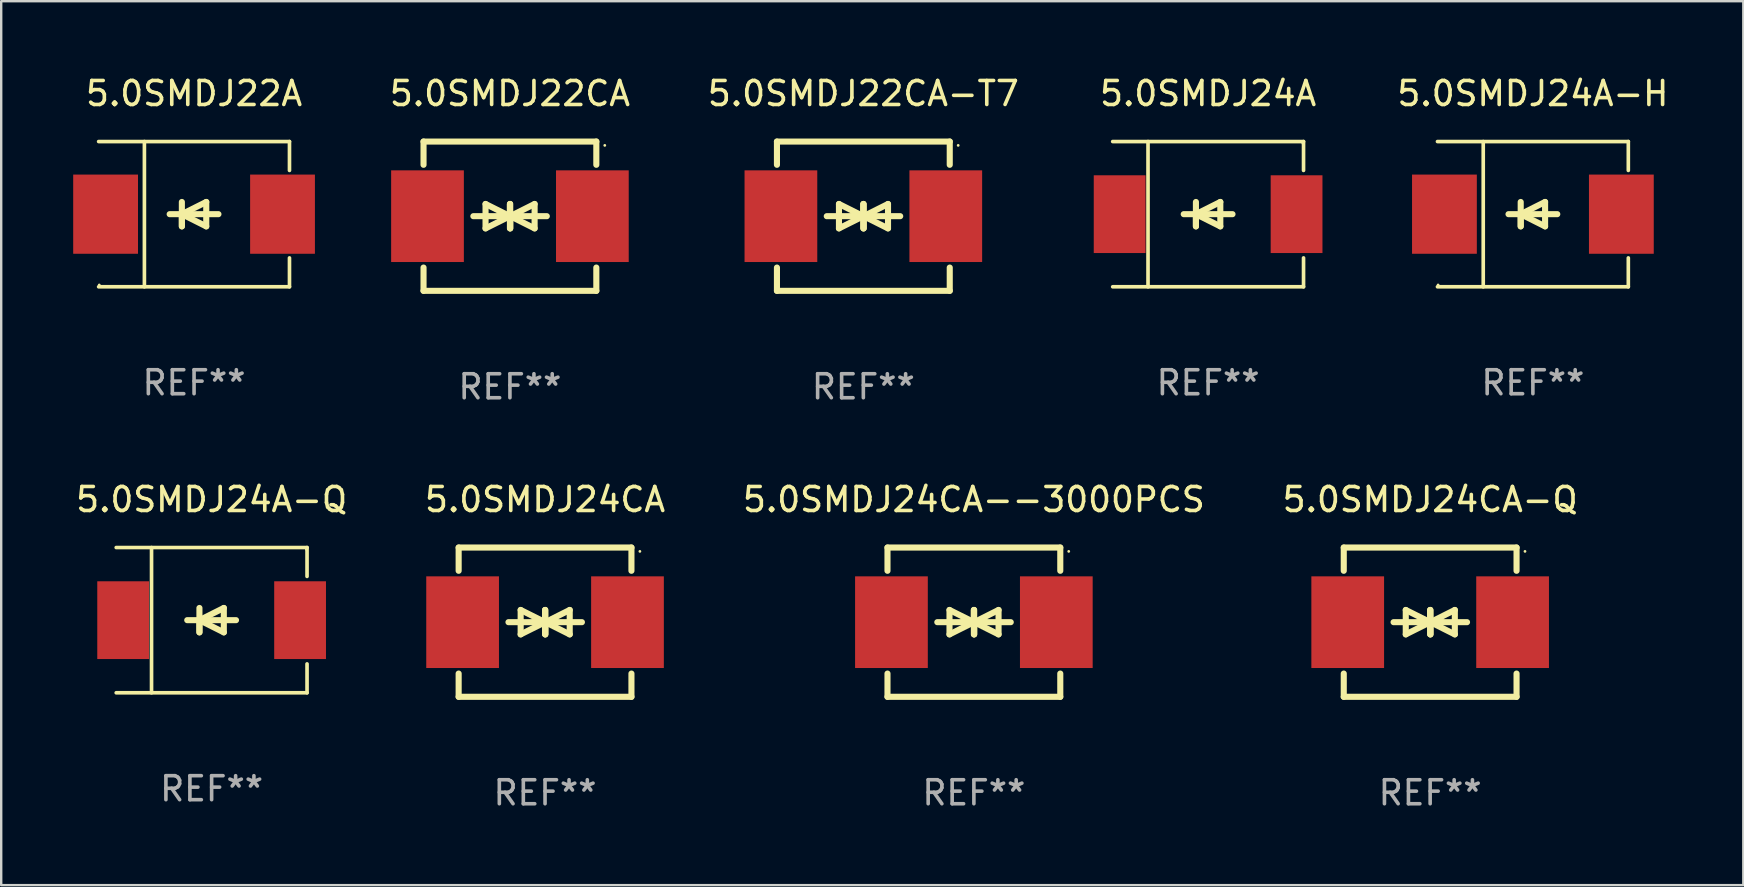
<source format=kicad_pcb>
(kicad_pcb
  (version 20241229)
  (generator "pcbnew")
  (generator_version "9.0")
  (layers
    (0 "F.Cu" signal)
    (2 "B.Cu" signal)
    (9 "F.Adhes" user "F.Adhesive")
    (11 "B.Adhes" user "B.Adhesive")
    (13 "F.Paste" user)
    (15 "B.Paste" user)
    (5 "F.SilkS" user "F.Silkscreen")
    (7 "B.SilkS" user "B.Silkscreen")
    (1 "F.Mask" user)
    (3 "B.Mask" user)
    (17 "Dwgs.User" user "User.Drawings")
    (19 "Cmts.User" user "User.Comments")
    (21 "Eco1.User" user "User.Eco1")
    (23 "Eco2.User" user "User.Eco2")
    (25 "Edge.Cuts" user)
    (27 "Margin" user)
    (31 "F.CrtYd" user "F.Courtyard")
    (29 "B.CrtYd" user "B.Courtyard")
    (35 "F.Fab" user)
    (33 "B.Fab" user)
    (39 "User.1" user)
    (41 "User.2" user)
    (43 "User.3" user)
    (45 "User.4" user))
  (footprint "5.0SMDJ24CA-Q"
    (layer "F.Cu")
    (at 56.542 22.875)
    (property "Reference" "5.0SMDJ24CA-Q" (at 0 -5.11 0) (layer "F.SilkS") (effects (font (size 1 1) (thickness 0.15))))
    (attr through_hole)
    (fp_line (start -3.6 -2.141) (end -3.6 -3.11) (stroke (width 0.254) (type solid)) (layer "F.SilkS"))
    (fp_line (start -3.6 3.11) (end -3.6 2.141) (stroke (width 0.254) (type solid)) (layer "F.SilkS"))
    (fp_line (start -1.524 0) (end 0.508 0) (stroke (width 0.254) (type solid)) (layer "F.SilkS"))
    (fp_line (start -1.016 -0.508) (end -1.016 0.508) (stroke (width 0.254) (type solid)) (layer "F.SilkS"))
    (fp_line (start -1.016 0.508) (end 0 0) (stroke (width 0.254) (type solid)) (layer "F.SilkS"))
    (fp_line (start 0 -0.508) (end 0 0.508) (stroke (width 0.254) (type solid)) (layer "F.SilkS"))
    (fp_line (start 0 0) (end -1.016 -0.508) (stroke (width 0.254) (type solid)) (layer "F.SilkS"))
    (fp_line (start 0 0) (end 0 -0.508) (stroke (width 0.254) (type solid)) (layer "F.SilkS"))
    (fp_line (start 0.012 0) (end 0.012 0.508) (stroke (width 0.254) (type solid)) (layer "F.SilkS"))
    (fp_line (start 0.012 0) (end 1.028 0.508) (stroke (width 0.254) (type solid)) (layer "F.SilkS"))
    (fp_line (start 0.012 0.508) (end 0.012 -0.508) (stroke (width 0.254) (type solid)) (layer "F.SilkS"))
    (fp_line (start 1.028 -0.508) (end 0.012 0) (stroke (width 0.254) (type solid)) (layer "F.SilkS"))
    (fp_line (start 1.028 0.508) (end 1.028 -0.508) (stroke (width 0.254) (type solid)) (layer "F.SilkS"))
    (fp_line (start 1.536 0) (end -0.496 0) (stroke (width 0.254) (type solid)) (layer "F.SilkS"))
    (fp_line (start 3.6 -3.11) (end -3.6 -3.11) (stroke (width 0.254) (type solid)) (layer "F.SilkS"))
    (fp_line (start 3.6 -2.141) (end 3.6 -3.11) (stroke (width 0.254) (type solid)) (layer "F.SilkS"))
    (fp_line (start 3.6 3.11) (end -3.6 3.11) (stroke (width 0.254) (type solid)) (layer "F.SilkS"))
    (fp_line (start 3.6 3.11) (end 3.6 2.141) (stroke (width 0.254) (type solid)) (layer "F.SilkS"))
    (fp_circle (center 3.952 -2.95) (end 3.982 -2.95) (stroke (width 0.06) (type solid)) (fill no) (layer "F.SilkS"))
    (fp_text user "REF**" (at 0 7.11 0) (layer "F.Fab") (effects (font (size 1 1) (thickness 0.15))))
    (pad "1" smd rect (at 3.435 0) (size 3.03 3.82) (layers "F.Cu" "F.Mask" "F.Paste"))
    (pad "2" smd rect (at -3.435 0) (size 3.03 3.82) (layers "F.Cu" "F.Mask" "F.Paste")))
  (footprint "5.0SMDJ24A-H"
    (layer "F.Cu")
    (at 60.823 5.874)
    (property "Reference" "5.0SMDJ24A-H" (at 0 -5.026 0) (layer "F.SilkS") (effects (font (size 1 1) (thickness 0.15))))
    (attr through_hole)
    (fp_line (start -3.976 -3.026) (end 3.976 -3.026) (stroke (width 0.152) (type solid)) (layer "F.SilkS"))
    (fp_line (start -3.976 3.026) (end 3.976 3.026) (stroke (width 0.152) (type solid)) (layer "F.SilkS"))
    (fp_line (start -2.069 -3.026) (end -2.069 3.026) (stroke (width 0.152) (type solid)) (layer "F.SilkS"))
    (fp_line (start -0.508 0) (end -0.508 0.508) (stroke (width 0.254) (type solid)) (layer "F.SilkS"))
    (fp_line (start -0.508 0) (end 0.508 0.508) (stroke (width 0.254) (type solid)) (layer "F.SilkS"))
    (fp_line (start -0.508 0.508) (end -0.508 -0.508) (stroke (width 0.254) (type solid)) (layer "F.SilkS"))
    (fp_line (start 0.508 -0.508) (end -0.508 0) (stroke (width 0.254) (type solid)) (layer "F.SilkS"))
    (fp_line (start 0.508 0.508) (end 0.508 -0.508) (stroke (width 0.254) (type solid)) (layer "F.SilkS"))
    (fp_line (start 1.016 0) (end -1.016 0) (stroke (width 0.254) (type solid)) (layer "F.SilkS"))
    (fp_line (start 3.976 -3.026) (end 3.976 -1.823) (stroke (width 0.152) (type solid)) (layer "F.SilkS"))
    (fp_line (start 3.976 3.026) (end 3.976 1.823) (stroke (width 0.152) (type solid)) (layer "F.SilkS"))
    (fp_circle (center -3.95 2.95) (end -3.92 2.95) (stroke (width 0.06) (type solid)) (fill no) (layer "F.SilkS"))
    (fp_text user "REF**" (at 0 7.026 0) (layer "F.Fab") (effects (font (size 1 1) (thickness 0.15))))
    (pad "1" smd rect (at -3.686 0) (size 2.7 3.3) (layers "F.Cu" "F.Mask" "F.Paste"))
    (pad "2" smd rect (at 3.686 0) (size 2.7 3.3) (layers "F.Cu" "F.Mask" "F.Paste")))
  (footprint "5.0SMDJ24CA--3000PCS"
    (layer "F.Cu")
    (at 37.53 22.875)
    (property "Reference" "5.0SMDJ24CA--3000PCS" (at 0 -5.11 0) (layer "F.SilkS") (effects (font (size 1 1) (thickness 0.15))))
    (attr through_hole)
    (fp_line (start -3.6 -2.141) (end -3.6 -3.11) (stroke (width 0.254) (type solid)) (layer "F.SilkS"))
    (fp_line (start -3.6 3.11) (end -3.6 2.141) (stroke (width 0.254) (type solid)) (layer "F.SilkS"))
    (fp_line (start -1.524 0) (end 0.508 0) (stroke (width 0.254) (type solid)) (layer "F.SilkS"))
    (fp_line (start -1.016 -0.508) (end -1.016 0.508) (stroke (width 0.254) (type solid)) (layer "F.SilkS"))
    (fp_line (start -1.016 0.508) (end 0 0) (stroke (width 0.254) (type solid)) (layer "F.SilkS"))
    (fp_line (start 0 -0.508) (end 0 0.508) (stroke (width 0.254) (type solid)) (layer "F.SilkS"))
    (fp_line (start 0 0) (end -1.016 -0.508) (stroke (width 0.254) (type solid)) (layer "F.SilkS"))
    (fp_line (start 0 0) (end 0 -0.508) (stroke (width 0.254) (type solid)) (layer "F.SilkS"))
    (fp_line (start 0.012 0) (end 0.012 0.508) (stroke (width 0.254) (type solid)) (layer "F.SilkS"))
    (fp_line (start 0.012 0) (end 1.028 0.508) (stroke (width 0.254) (type solid)) (layer "F.SilkS"))
    (fp_line (start 0.012 0.508) (end 0.012 -0.508) (stroke (width 0.254) (type solid)) (layer "F.SilkS"))
    (fp_line (start 1.028 -0.508) (end 0.012 0) (stroke (width 0.254) (type solid)) (layer "F.SilkS"))
    (fp_line (start 1.028 0.508) (end 1.028 -0.508) (stroke (width 0.254) (type solid)) (layer "F.SilkS"))
    (fp_line (start 1.536 0) (end -0.496 0) (stroke (width 0.254) (type solid)) (layer "F.SilkS"))
    (fp_line (start 3.6 -3.11) (end -3.6 -3.11) (stroke (width 0.254) (type solid)) (layer "F.SilkS"))
    (fp_line (start 3.6 -2.141) (end 3.6 -3.11) (stroke (width 0.254) (type solid)) (layer "F.SilkS"))
    (fp_line (start 3.6 3.11) (end -3.6 3.11) (stroke (width 0.254) (type solid)) (layer "F.SilkS"))
    (fp_line (start 3.6 3.11) (end 3.6 2.141) (stroke (width 0.254) (type solid)) (layer "F.SilkS"))
    (fp_circle (center 3.952 -2.95) (end 3.982 -2.95) (stroke (width 0.06) (type solid)) (fill no) (layer "F.SilkS"))
    (fp_text user "REF**" (at 0 7.11 0) (layer "F.Fab") (effects (font (size 1 1) (thickness 0.15))))
    (pad "1" smd rect (at 3.435 0) (size 3.03 3.82) (layers "F.Cu" "F.Mask" "F.Paste"))
    (pad "2" smd rect (at -3.435 0) (size 3.03 3.82) (layers "F.Cu" "F.Mask" "F.Paste")))
  (footprint "5.0SMDJ22CA-T7"
    (layer "F.Cu")
    (at 32.924 5.958)
    (property "Reference" "5.0SMDJ22CA-T7" (at 0 -5.11 0) (layer "F.SilkS") (effects (font (size 1 1) (thickness 0.15))))
    (attr through_hole)
    (fp_line (start -3.6 -2.141) (end -3.6 -3.11) (stroke (width 0.254) (type solid)) (layer "F.SilkS"))
    (fp_line (start -3.6 3.11) (end -3.6 2.141) (stroke (width 0.254) (type solid)) (layer "F.SilkS"))
    (fp_line (start -1.524 0) (end 0.508 0) (stroke (width 0.254) (type solid)) (layer "F.SilkS"))
    (fp_line (start -1.016 -0.508) (end -1.016 0.508) (stroke (width 0.254) (type solid)) (layer "F.SilkS"))
    (fp_line (start -1.016 0.508) (end 0 0) (stroke (width 0.254) (type solid)) (layer "F.SilkS"))
    (fp_line (start 0 -0.508) (end 0 0.508) (stroke (width 0.254) (type solid)) (layer "F.SilkS"))
    (fp_line (start 0 0) (end -1.016 -0.508) (stroke (width 0.254) (type solid)) (layer "F.SilkS"))
    (fp_line (start 0 0) (end 0 -0.508) (stroke (width 0.254) (type solid)) (layer "F.SilkS"))
    (fp_line (start 0.012 0) (end 0.012 0.508) (stroke (width 0.254) (type solid)) (layer "F.SilkS"))
    (fp_line (start 0.012 0) (end 1.028 0.508) (stroke (width 0.254) (type solid)) (layer "F.SilkS"))
    (fp_line (start 0.012 0.508) (end 0.012 -0.508) (stroke (width 0.254) (type solid)) (layer "F.SilkS"))
    (fp_line (start 1.028 -0.508) (end 0.012 0) (stroke (width 0.254) (type solid)) (layer "F.SilkS"))
    (fp_line (start 1.028 0.508) (end 1.028 -0.508) (stroke (width 0.254) (type solid)) (layer "F.SilkS"))
    (fp_line (start 1.536 0) (end -0.496 0) (stroke (width 0.254) (type solid)) (layer "F.SilkS"))
    (fp_line (start 3.6 -3.11) (end -3.6 -3.11) (stroke (width 0.254) (type solid)) (layer "F.SilkS"))
    (fp_line (start 3.6 -2.141) (end 3.6 -3.11) (stroke (width 0.254) (type solid)) (layer "F.SilkS"))
    (fp_line (start 3.6 3.11) (end -3.6 3.11) (stroke (width 0.254) (type solid)) (layer "F.SilkS"))
    (fp_line (start 3.6 3.11) (end 3.6 2.141) (stroke (width 0.254) (type solid)) (layer "F.SilkS"))
    (fp_circle (center 3.952 -2.95) (end 3.982 -2.95) (stroke (width 0.06) (type solid)) (fill no) (layer "F.SilkS"))
    (fp_text user "REF**" (at 0 7.11 0) (layer "F.Fab") (effects (font (size 1 1) (thickness 0.15))))
    (pad "1" smd rect (at 3.435 0) (size 3.03 3.82) (layers "F.Cu" "F.Mask" "F.Paste"))
    (pad "2" smd rect (at -3.435 0) (size 3.03 3.82) (layers "F.Cu" "F.Mask" "F.Paste")))
  (footprint "5.0SMDJ24A-Q"
    (layer "F.Cu")
    (at 5.768 22.791)
    (property "Reference" "5.0SMDJ24A-Q" (at 0 -5.026 0) (layer "F.SilkS") (effects (font (size 1 1) (thickness 0.15))))
    (attr through_hole)
    (fp_line (start -3.976 -3.026) (end 3.976 -3.026) (stroke (width 0.152) (type solid)) (layer "F.SilkS"))
    (fp_line (start -3.976 3.026) (end 3.976 3.026) (stroke (width 0.152) (type solid)) (layer "F.SilkS"))
    (fp_line (start -2.504 -3.026) (end -2.504 3.026) (stroke (width 0.152) (type solid)) (layer "F.SilkS"))
    (fp_line (start -0.508 0) (end -0.508 0.508) (stroke (width 0.254) (type solid)) (layer "F.SilkS"))
    (fp_line (start -0.508 0) (end 0.508 0.508) (stroke (width 0.254) (type solid)) (layer "F.SilkS"))
    (fp_line (start -0.508 0.508) (end -0.508 -0.508) (stroke (width 0.254) (type solid)) (layer "F.SilkS"))
    (fp_line (start 0.508 -0.508) (end -0.508 0) (stroke (width 0.254) (type solid)) (layer "F.SilkS"))
    (fp_line (start 0.508 0.508) (end 0.508 -0.508) (stroke (width 0.254) (type solid)) (layer "F.SilkS"))
    (fp_line (start 1.016 0) (end -1.016 0) (stroke (width 0.254) (type solid)) (layer "F.SilkS"))
    (fp_line (start 3.976 -3.026) (end 3.976 -1.823) (stroke (width 0.152) (type solid)) (layer "F.SilkS"))
    (fp_line (start 3.976 3.026) (end 3.976 1.823) (stroke (width 0.152) (type solid)) (layer "F.SilkS"))
    (fp_circle (center 3.95 -2.95) (end 3.98 -2.95) (stroke (width 0.06) (type solid)) (fill no) (layer "F.SilkS"))
    (fp_text user "REF**" (at 0 7.026 0) (layer "F.Fab") (effects (font (size 1 1) (thickness 0.15))))
    (pad "1" smd rect (at 3.686 0 180) (size 2.158 3.24) (layers "F.Cu" "F.Mask" "F.Paste"))
    (pad "2" smd rect (at -3.686 0 180) (size 2.158 3.24) (layers "F.Cu" "F.Mask" "F.Paste")))
  (footprint "5.0SMDJ22A"
    (layer "F.Cu")
    (at 5.036 5.874)
    (property "Reference" "5.0SMDJ22A" (at 0 -5.026 0) (layer "F.SilkS") (effects (font (size 1 1) (thickness 0.15))))
    (attr through_hole)
    (fp_line (start -3.976 -3.026) (end 3.976 -3.026) (stroke (width 0.152) (type solid)) (layer "F.SilkS"))
    (fp_line (start -3.976 3.026) (end 3.976 3.026) (stroke (width 0.152) (type solid)) (layer "F.SilkS"))
    (fp_line (start -2.069 -3.026) (end -2.069 3.026) (stroke (width 0.152) (type solid)) (layer "F.SilkS"))
    (fp_line (start -0.508 0) (end -0.508 0.508) (stroke (width 0.254) (type solid)) (layer "F.SilkS"))
    (fp_line (start -0.508 0) (end 0.508 0.508) (stroke (width 0.254) (type solid)) (layer "F.SilkS"))
    (fp_line (start -0.508 0.508) (end -0.508 -0.508) (stroke (width 0.254) (type solid)) (layer "F.SilkS"))
    (fp_line (start 0.508 -0.508) (end -0.508 0) (stroke (width 0.254) (type solid)) (layer "F.SilkS"))
    (fp_line (start 0.508 0.508) (end 0.508 -0.508) (stroke (width 0.254) (type solid)) (layer "F.SilkS"))
    (fp_line (start 1.016 0) (end -1.016 0) (stroke (width 0.254) (type solid)) (layer "F.SilkS"))
    (fp_line (start 3.976 -3.026) (end 3.976 -1.823) (stroke (width 0.152) (type solid)) (layer "F.SilkS"))
    (fp_line (start 3.976 3.026) (end 3.976 1.823) (stroke (width 0.152) (type solid)) (layer "F.SilkS"))
    (fp_circle (center -3.95 2.95) (end -3.92 2.95) (stroke (width 0.06) (type solid)) (fill no) (layer "F.SilkS"))
    (fp_text user "REF**" (at 0 7.026 0) (layer "F.Fab") (effects (font (size 1 1) (thickness 0.15))))
    (pad "1" smd rect (at -3.686 0) (size 2.7 3.3) (layers "F.Cu" "F.Mask" "F.Paste"))
    (pad "2" smd rect (at 3.686 0) (size 2.7 3.3) (layers "F.Cu" "F.Mask" "F.Paste")))
  (footprint "5.0SMDJ24A"
    (layer "F.Cu")
    (at 47.29 5.874)
    (property "Reference" "5.0SMDJ24A" (at 0 -5.026 0) (layer "F.SilkS") (effects (font (size 1 1) (thickness 0.15))))
    (attr through_hole)
    (fp_line (start -3.976 -3.026) (end 3.976 -3.026) (stroke (width 0.152) (type solid)) (layer "F.SilkS"))
    (fp_line (start -3.976 3.026) (end 3.976 3.026) (stroke (width 0.152) (type solid)) (layer "F.SilkS"))
    (fp_line (start -2.504 -3.026) (end -2.504 3.026) (stroke (width 0.152) (type solid)) (layer "F.SilkS"))
    (fp_line (start -0.508 0) (end -0.508 0.508) (stroke (width 0.254) (type solid)) (layer "F.SilkS"))
    (fp_line (start -0.508 0) (end 0.508 0.508) (stroke (width 0.254) (type solid)) (layer "F.SilkS"))
    (fp_line (start -0.508 0.508) (end -0.508 -0.508) (stroke (width 0.254) (type solid)) (layer "F.SilkS"))
    (fp_line (start 0.508 -0.508) (end -0.508 0) (stroke (width 0.254) (type solid)) (layer "F.SilkS"))
    (fp_line (start 0.508 0.508) (end 0.508 -0.508) (stroke (width 0.254) (type solid)) (layer "F.SilkS"))
    (fp_line (start 1.016 0) (end -1.016 0) (stroke (width 0.254) (type solid)) (layer "F.SilkS"))
    (fp_line (start 3.976 -3.026) (end 3.976 -1.823) (stroke (width 0.152) (type solid)) (layer "F.SilkS"))
    (fp_line (start 3.976 3.026) (end 3.976 1.823) (stroke (width 0.152) (type solid)) (layer "F.SilkS"))
    (fp_circle (center 3.95 -2.95) (end 3.98 -2.95) (stroke (width 0.06) (type solid)) (fill no) (layer "F.SilkS"))
    (fp_text user "REF**" (at 0 7.026 0) (layer "F.Fab") (effects (font (size 1 1) (thickness 0.15))))
    (pad "1" smd rect (at 3.686 0 180) (size 2.158 3.24) (layers "F.Cu" "F.Mask" "F.Paste"))
    (pad "2" smd rect (at -3.686 0 180) (size 2.158 3.24) (layers "F.Cu" "F.Mask" "F.Paste")))
  (footprint "5.0SMDJ22CA"
    (layer "F.Cu")
    (at 18.198 5.958)
    (property "Reference" "5.0SMDJ22CA" (at 0 -5.11 0) (layer "F.SilkS") (effects (font (size 1 1) (thickness 0.15))))
    (attr through_hole)
    (fp_line (start -3.6 -2.141) (end -3.6 -3.11) (stroke (width 0.254) (type solid)) (layer "F.SilkS"))
    (fp_line (start -3.6 3.11) (end -3.6 2.141) (stroke (width 0.254) (type solid)) (layer "F.SilkS"))
    (fp_line (start -1.524 0) (end 0.508 0) (stroke (width 0.254) (type solid)) (layer "F.SilkS"))
    (fp_line (start -1.016 -0.508) (end -1.016 0.508) (stroke (width 0.254) (type solid)) (layer "F.SilkS"))
    (fp_line (start -1.016 0.508) (end 0 0) (stroke (width 0.254) (type solid)) (layer "F.SilkS"))
    (fp_line (start 0 -0.508) (end 0 0.508) (stroke (width 0.254) (type solid)) (layer "F.SilkS"))
    (fp_line (start 0 0) (end -1.016 -0.508) (stroke (width 0.254) (type solid)) (layer "F.SilkS"))
    (fp_line (start 0 0) (end 0 -0.508) (stroke (width 0.254) (type solid)) (layer "F.SilkS"))
    (fp_line (start 0.012 0) (end 0.012 0.508) (stroke (width 0.254) (type solid)) (layer "F.SilkS"))
    (fp_line (start 0.012 0) (end 1.028 0.508) (stroke (width 0.254) (type solid)) (layer "F.SilkS"))
    (fp_line (start 0.012 0.508) (end 0.012 -0.508) (stroke (width 0.254) (type solid)) (layer "F.SilkS"))
    (fp_line (start 1.028 -0.508) (end 0.012 0) (stroke (width 0.254) (type solid)) (layer "F.SilkS"))
    (fp_line (start 1.028 0.508) (end 1.028 -0.508) (stroke (width 0.254) (type solid)) (layer "F.SilkS"))
    (fp_line (start 1.536 0) (end -0.496 0) (stroke (width 0.254) (type solid)) (layer "F.SilkS"))
    (fp_line (start 3.6 -3.11) (end -3.6 -3.11) (stroke (width 0.254) (type solid)) (layer "F.SilkS"))
    (fp_line (start 3.6 -2.141) (end 3.6 -3.11) (stroke (width 0.254) (type solid)) (layer "F.SilkS"))
    (fp_line (start 3.6 3.11) (end -3.6 3.11) (stroke (width 0.254) (type solid)) (layer "F.SilkS"))
    (fp_line (start 3.6 3.11) (end 3.6 2.141) (stroke (width 0.254) (type solid)) (layer "F.SilkS"))
    (fp_circle (center 3.952 -2.95) (end 3.982 -2.95) (stroke (width 0.06) (type solid)) (fill no) (layer "F.SilkS"))
    (fp_text user "REF**" (at 0 7.11 0) (layer "F.Fab") (effects (font (size 1 1) (thickness 0.15))))
    (pad "1" smd rect (at 3.435 0) (size 3.03 3.82) (layers "F.Cu" "F.Mask" "F.Paste"))
    (pad "2" smd rect (at -3.435 0) (size 3.03 3.82) (layers "F.Cu" "F.Mask" "F.Paste")))
  (footprint "5.0SMDJ24CA"
    (layer "F.Cu")
    (at 19.661 22.875)
    (property "Reference" "5.0SMDJ24CA" (at 0 -5.11 0) (layer "F.SilkS") (effects (font (size 1 1) (thickness 0.15))))
    (attr through_hole)
    (fp_line (start -3.6 -2.141) (end -3.6 -3.11) (stroke (width 0.254) (type solid)) (layer "F.SilkS"))
    (fp_line (start -3.6 3.11) (end -3.6 2.141) (stroke (width 0.254) (type solid)) (layer "F.SilkS"))
    (fp_line (start -1.524 0) (end 0.508 0) (stroke (width 0.254) (type solid)) (layer "F.SilkS"))
    (fp_line (start -1.016 -0.508) (end -1.016 0.508) (stroke (width 0.254) (type solid)) (layer "F.SilkS"))
    (fp_line (start -1.016 0.508) (end 0 0) (stroke (width 0.254) (type solid)) (layer "F.SilkS"))
    (fp_line (start 0 -0.508) (end 0 0.508) (stroke (width 0.254) (type solid)) (layer "F.SilkS"))
    (fp_line (start 0 0) (end -1.016 -0.508) (stroke (width 0.254) (type solid)) (layer "F.SilkS"))
    (fp_line (start 0 0) (end 0 -0.508) (stroke (width 0.254) (type solid)) (layer "F.SilkS"))
    (fp_line (start 0.012 0) (end 0.012 0.508) (stroke (width 0.254) (type solid)) (layer "F.SilkS"))
    (fp_line (start 0.012 0) (end 1.028 0.508) (stroke (width 0.254) (type solid)) (layer "F.SilkS"))
    (fp_line (start 0.012 0.508) (end 0.012 -0.508) (stroke (width 0.254) (type solid)) (layer "F.SilkS"))
    (fp_line (start 1.028 -0.508) (end 0.012 0) (stroke (width 0.254) (type solid)) (layer "F.SilkS"))
    (fp_line (start 1.028 0.508) (end 1.028 -0.508) (stroke (width 0.254) (type solid)) (layer "F.SilkS"))
    (fp_line (start 1.536 0) (end -0.496 0) (stroke (width 0.254) (type solid)) (layer "F.SilkS"))
    (fp_line (start 3.6 -3.11) (end -3.6 -3.11) (stroke (width 0.254) (type solid)) (layer "F.SilkS"))
    (fp_line (start 3.6 -2.141) (end 3.6 -3.11) (stroke (width 0.254) (type solid)) (layer "F.SilkS"))
    (fp_line (start 3.6 3.11) (end -3.6 3.11) (stroke (width 0.254) (type solid)) (layer "F.SilkS"))
    (fp_line (start 3.6 3.11) (end 3.6 2.141) (stroke (width 0.254) (type solid)) (layer "F.SilkS"))
    (fp_circle (center 3.952 -2.95) (end 3.982 -2.95) (stroke (width 0.06) (type solid)) (fill no) (layer "F.SilkS"))
    (fp_text user "REF**" (at 0 7.11 0) (layer "F.Fab") (effects (font (size 1 1) (thickness 0.15))))
    (pad "1" smd rect (at 3.435 0) (size 3.03 3.82) (layers "F.Cu" "F.Mask" "F.Paste"))
    (pad "2" smd rect (at -3.435 0) (size 3.03 3.82) (layers "F.Cu" "F.Mask" "F.Paste")))
  (gr_rect
    (start -3 -3)
    (end 69.591 33.833)
    (stroke (width 0.1) (type default))
    (fill no)
    (layer "Edge.Cuts")))
</source>
